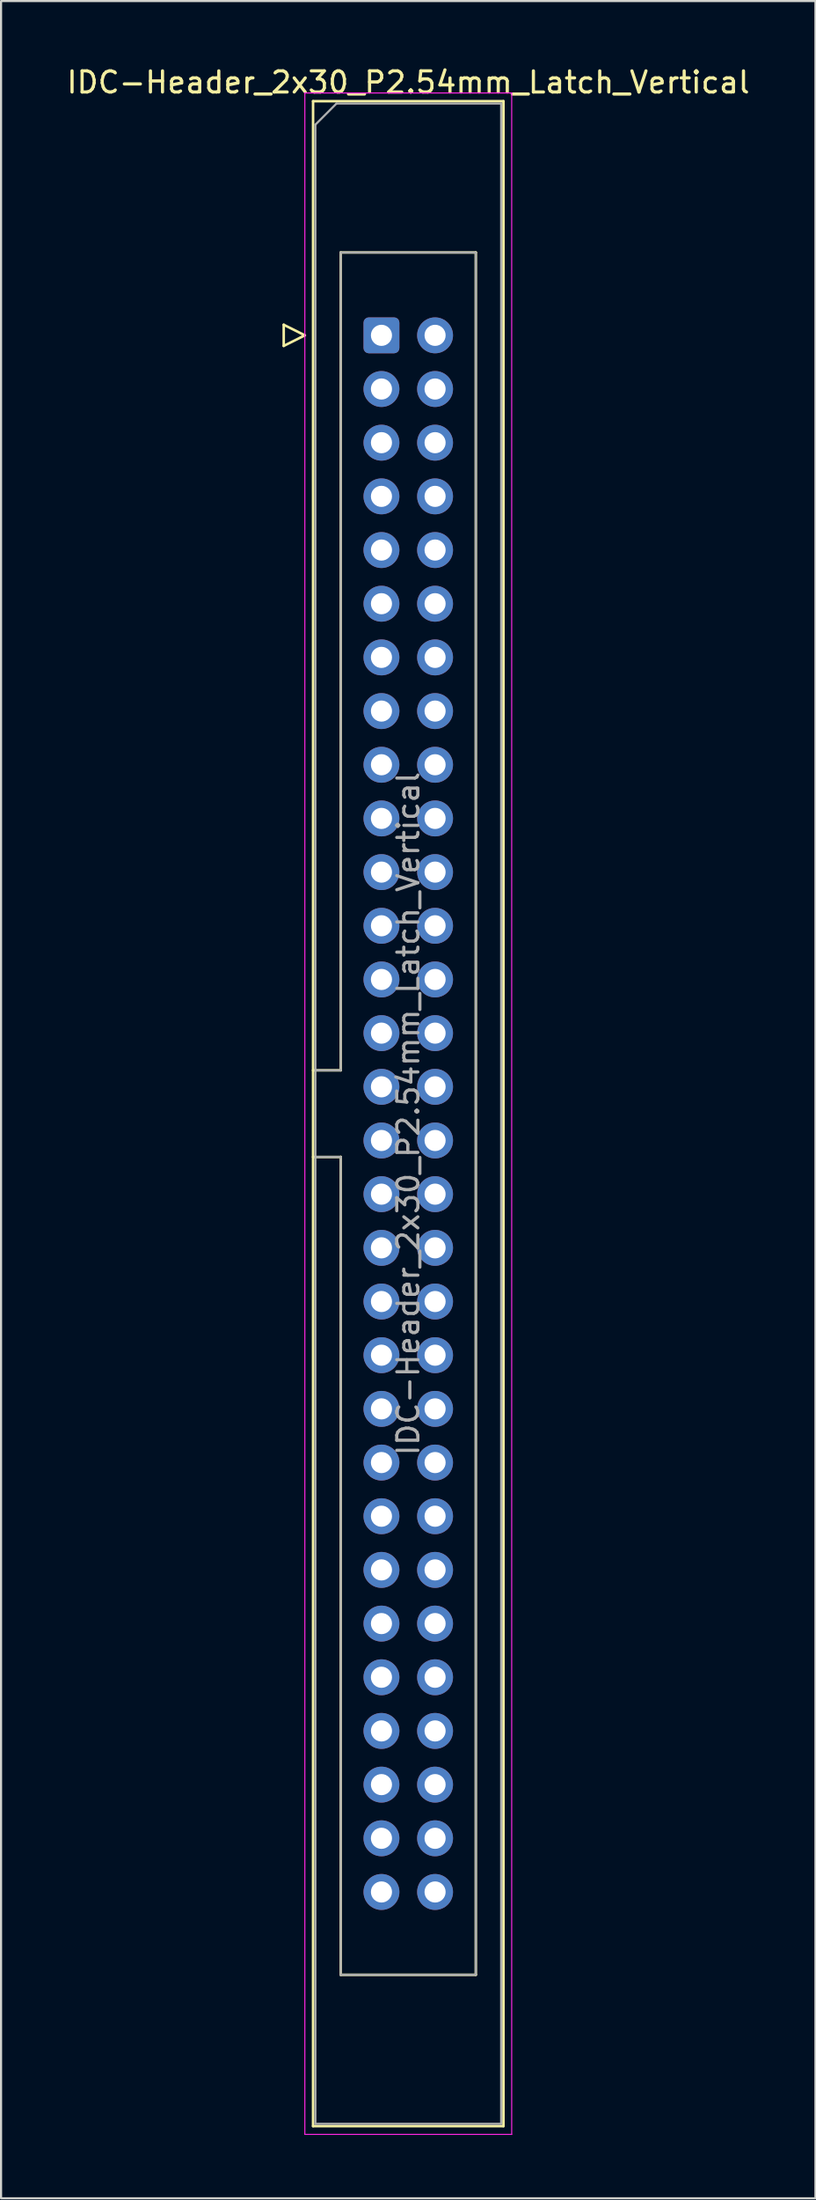
<source format=kicad_pcb>
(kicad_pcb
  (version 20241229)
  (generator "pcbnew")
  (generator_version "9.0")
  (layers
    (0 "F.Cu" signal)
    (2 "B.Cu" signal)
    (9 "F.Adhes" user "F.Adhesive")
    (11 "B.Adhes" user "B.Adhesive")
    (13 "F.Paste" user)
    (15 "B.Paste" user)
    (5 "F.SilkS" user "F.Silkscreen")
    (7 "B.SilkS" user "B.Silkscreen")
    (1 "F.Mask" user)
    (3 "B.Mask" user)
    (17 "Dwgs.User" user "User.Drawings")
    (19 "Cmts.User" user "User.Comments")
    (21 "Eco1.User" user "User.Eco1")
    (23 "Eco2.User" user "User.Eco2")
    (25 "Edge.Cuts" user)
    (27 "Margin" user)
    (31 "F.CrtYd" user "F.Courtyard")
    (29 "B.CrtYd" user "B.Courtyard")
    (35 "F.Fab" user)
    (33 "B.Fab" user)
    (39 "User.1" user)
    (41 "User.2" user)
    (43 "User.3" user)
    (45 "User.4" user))
  (footprint "IDC-Header_2x30_P2.54mm_Latch_Vertical"
    (layer "F.Cu")
    (at 15.022 12.818)
    (property "Reference" "IDC-Header_2x30_P2.54mm_Latch_Vertical" (at 1.27 -11.97 0) (layer "F.SilkS") (effects (font (size 1 1) (thickness 0.15))))
    (attr through_hole)
    (fp_line (start -4.63 -0.5) (end -4.63 0.5) (stroke (width 0.12) (type solid)) (layer "F.SilkS"))
    (fp_line (start -4.63 0.5) (end -3.63 0) (stroke (width 0.12) (type solid)) (layer "F.SilkS"))
    (fp_line (start -3.63 0) (end -4.63 -0.5) (stroke (width 0.12) (type solid)) (layer "F.SilkS"))
    (fp_line (start -3.24 -11.08) (end 5.78 -11.08) (stroke (width 0.12) (type solid)) (layer "F.SilkS"))
    (fp_line (start -3.24 34.78) (end -1.93 34.78) (stroke (width 0.12) (type solid)) (layer "F.SilkS"))
    (fp_line (start -3.24 84.74) (end -3.24 -11.08) (stroke (width 0.12) (type solid)) (layer "F.SilkS"))
    (fp_line (start -1.93 -3.92) (end 4.47 -3.92) (stroke (width 0.12) (type solid)) (layer "F.SilkS"))
    (fp_line (start -1.93 34.78) (end -1.93 -3.92) (stroke (width 0.12) (type solid)) (layer "F.SilkS"))
    (fp_line (start -1.93 38.88) (end -3.24 38.88) (stroke (width 0.12) (type solid)) (layer "F.SilkS"))
    (fp_line (start -1.93 38.88) (end -1.93 38.88) (stroke (width 0.12) (type solid)) (layer "F.SilkS"))
    (fp_line (start -1.93 77.58) (end -1.93 38.88) (stroke (width 0.12) (type solid)) (layer "F.SilkS"))
    (fp_line (start 4.47 -3.92) (end 4.47 77.58) (stroke (width 0.12) (type solid)) (layer "F.SilkS"))
    (fp_line (start 4.47 77.58) (end -1.93 77.58) (stroke (width 0.12) (type solid)) (layer "F.SilkS"))
    (fp_line (start 5.78 -11.08) (end 5.78 84.74) (stroke (width 0.12) (type solid)) (layer "F.SilkS"))
    (fp_line (start 5.78 84.74) (end -3.24 84.74) (stroke (width 0.12) (type solid)) (layer "F.SilkS"))
    (fp_line (start -3.63 -11.47) (end -3.63 85.13) (stroke (width 0.05) (type solid)) (layer "F.CrtYd"))
    (fp_line (start -3.63 85.13) (end 6.17 85.13) (stroke (width 0.05) (type solid)) (layer "F.CrtYd"))
    (fp_line (start 6.17 -11.47) (end -3.63 -11.47) (stroke (width 0.05) (type solid)) (layer "F.CrtYd"))
    (fp_line (start 6.17 85.13) (end 6.17 -11.47) (stroke (width 0.05) (type solid)) (layer "F.CrtYd"))
    (fp_line (start -3.13 -9.97) (end -2.13 -10.97) (stroke (width 0.1) (type solid)) (layer "F.Fab"))
    (fp_line (start -3.13 34.78) (end -1.93 34.78) (stroke (width 0.1) (type solid)) (layer "F.Fab"))
    (fp_line (start -3.13 84.63) (end -3.13 -9.97) (stroke (width 0.1) (type solid)) (layer "F.Fab"))
    (fp_line (start -2.13 -10.97) (end 5.67 -10.97) (stroke (width 0.1) (type solid)) (layer "F.Fab"))
    (fp_line (start -1.93 -3.92) (end 4.47 -3.92) (stroke (width 0.1) (type solid)) (layer "F.Fab"))
    (fp_line (start -1.93 34.78) (end -1.93 -3.92) (stroke (width 0.1) (type solid)) (layer "F.Fab"))
    (fp_line (start -1.93 38.88) (end -3.13 38.88) (stroke (width 0.1) (type solid)) (layer "F.Fab"))
    (fp_line (start -1.93 38.88) (end -1.93 38.88) (stroke (width 0.1) (type solid)) (layer "F.Fab"))
    (fp_line (start -1.93 77.58) (end -1.93 38.88) (stroke (width 0.1) (type solid)) (layer "F.Fab"))
    (fp_line (start 4.47 -3.92) (end 4.47 77.58) (stroke (width 0.1) (type solid)) (layer "F.Fab"))
    (fp_line (start 4.47 77.58) (end -1.93 77.58) (stroke (width 0.1) (type solid)) (layer "F.Fab"))
    (fp_line (start 5.67 -10.97) (end 5.67 84.63) (stroke (width 0.1) (type solid)) (layer "F.Fab"))
    (fp_line (start 5.67 84.63) (end -3.13 84.63) (stroke (width 0.1) (type solid)) (layer "F.Fab"))
    (fp_text user "${REFERENCE}" (at 1.27 36.83 90) (layer "F.Fab") (effects (font (size 1 1) (thickness 0.15))))
    (pad "1" thru_hole roundrect (at 0 0) (size 1.7 1.7) (drill 1) (layers "*.Cu" "*.Mask") (roundrect_rratio 0.147))
    (pad "2" thru_hole circle (at 2.54 0) (size 1.7 1.7) (drill 1) (layers "*.Cu" "*.Mask"))
    (pad "3" thru_hole circle (at 0 2.54) (size 1.7 1.7) (drill 1) (layers "*.Cu" "*.Mask"))
    (pad "4" thru_hole circle (at 2.54 2.54) (size 1.7 1.7) (drill 1) (layers "*.Cu" "*.Mask"))
    (pad "5" thru_hole circle (at 0 5.08) (size 1.7 1.7) (drill 1) (layers "*.Cu" "*.Mask"))
    (pad "6" thru_hole circle (at 2.54 5.08) (size 1.7 1.7) (drill 1) (layers "*.Cu" "*.Mask"))
    (pad "7" thru_hole circle (at 0 7.62) (size 1.7 1.7) (drill 1) (layers "*.Cu" "*.Mask"))
    (pad "8" thru_hole circle (at 2.54 7.62) (size 1.7 1.7) (drill 1) (layers "*.Cu" "*.Mask"))
    (pad "9" thru_hole circle (at 0 10.16) (size 1.7 1.7) (drill 1) (layers "*.Cu" "*.Mask"))
    (pad "10" thru_hole circle (at 2.54 10.16) (size 1.7 1.7) (drill 1) (layers "*.Cu" "*.Mask"))
    (pad "11" thru_hole circle (at 0 12.7) (size 1.7 1.7) (drill 1) (layers "*.Cu" "*.Mask"))
    (pad "12" thru_hole circle (at 2.54 12.7) (size 1.7 1.7) (drill 1) (layers "*.Cu" "*.Mask"))
    (pad "13" thru_hole circle (at 0 15.24) (size 1.7 1.7) (drill 1) (layers "*.Cu" "*.Mask"))
    (pad "14" thru_hole circle (at 2.54 15.24) (size 1.7 1.7) (drill 1) (layers "*.Cu" "*.Mask"))
    (pad "15" thru_hole circle (at 0 17.78) (size 1.7 1.7) (drill 1) (layers "*.Cu" "*.Mask"))
    (pad "16" thru_hole circle (at 2.54 17.78) (size 1.7 1.7) (drill 1) (layers "*.Cu" "*.Mask"))
    (pad "17" thru_hole circle (at 0 20.32) (size 1.7 1.7) (drill 1) (layers "*.Cu" "*.Mask"))
    (pad "18" thru_hole circle (at 2.54 20.32) (size 1.7 1.7) (drill 1) (layers "*.Cu" "*.Mask"))
    (pad "19" thru_hole circle (at 0 22.86) (size 1.7 1.7) (drill 1) (layers "*.Cu" "*.Mask"))
    (pad "20" thru_hole circle (at 2.54 22.86) (size 1.7 1.7) (drill 1) (layers "*.Cu" "*.Mask"))
    (pad "21" thru_hole circle (at 0 25.4) (size 1.7 1.7) (drill 1) (layers "*.Cu" "*.Mask"))
    (pad "22" thru_hole circle (at 2.54 25.4) (size 1.7 1.7) (drill 1) (layers "*.Cu" "*.Mask"))
    (pad "23" thru_hole circle (at 0 27.94) (size 1.7 1.7) (drill 1) (layers "*.Cu" "*.Mask"))
    (pad "24" thru_hole circle (at 2.54 27.94) (size 1.7 1.7) (drill 1) (layers "*.Cu" "*.Mask"))
    (pad "25" thru_hole circle (at 0 30.48) (size 1.7 1.7) (drill 1) (layers "*.Cu" "*.Mask"))
    (pad "26" thru_hole circle (at 2.54 30.48) (size 1.7 1.7) (drill 1) (layers "*.Cu" "*.Mask"))
    (pad "27" thru_hole circle (at 0 33.02) (size 1.7 1.7) (drill 1) (layers "*.Cu" "*.Mask"))
    (pad "28" thru_hole circle (at 2.54 33.02) (size 1.7 1.7) (drill 1) (layers "*.Cu" "*.Mask"))
    (pad "29" thru_hole circle (at 0 35.56) (size 1.7 1.7) (drill 1) (layers "*.Cu" "*.Mask"))
    (pad "30" thru_hole circle (at 2.54 35.56) (size 1.7 1.7) (drill 1) (layers "*.Cu" "*.Mask"))
    (pad "31" thru_hole circle (at 0 38.1) (size 1.7 1.7) (drill 1) (layers "*.Cu" "*.Mask"))
    (pad "32" thru_hole circle (at 2.54 38.1) (size 1.7 1.7) (drill 1) (layers "*.Cu" "*.Mask"))
    (pad "33" thru_hole circle (at 0 40.64) (size 1.7 1.7) (drill 1) (layers "*.Cu" "*.Mask"))
    (pad "34" thru_hole circle (at 2.54 40.64) (size 1.7 1.7) (drill 1) (layers "*.Cu" "*.Mask"))
    (pad "35" thru_hole circle (at 0 43.18) (size 1.7 1.7) (drill 1) (layers "*.Cu" "*.Mask"))
    (pad "36" thru_hole circle (at 2.54 43.18) (size 1.7 1.7) (drill 1) (layers "*.Cu" "*.Mask"))
    (pad "37" thru_hole circle (at 0 45.72) (size 1.7 1.7) (drill 1) (layers "*.Cu" "*.Mask"))
    (pad "38" thru_hole circle (at 2.54 45.72) (size 1.7 1.7) (drill 1) (layers "*.Cu" "*.Mask"))
    (pad "39" thru_hole circle (at 0 48.26) (size 1.7 1.7) (drill 1) (layers "*.Cu" "*.Mask"))
    (pad "40" thru_hole circle (at 2.54 48.26) (size 1.7 1.7) (drill 1) (layers "*.Cu" "*.Mask"))
    (pad "41" thru_hole circle (at 0 50.8) (size 1.7 1.7) (drill 1) (layers "*.Cu" "*.Mask"))
    (pad "42" thru_hole circle (at 2.54 50.8) (size 1.7 1.7) (drill 1) (layers "*.Cu" "*.Mask"))
    (pad "43" thru_hole circle (at 0 53.34) (size 1.7 1.7) (drill 1) (layers "*.Cu" "*.Mask"))
    (pad "44" thru_hole circle (at 2.54 53.34) (size 1.7 1.7) (drill 1) (layers "*.Cu" "*.Mask"))
    (pad "45" thru_hole circle (at 0 55.88) (size 1.7 1.7) (drill 1) (layers "*.Cu" "*.Mask"))
    (pad "46" thru_hole circle (at 2.54 55.88) (size 1.7 1.7) (drill 1) (layers "*.Cu" "*.Mask"))
    (pad "47" thru_hole circle (at 0 58.42) (size 1.7 1.7) (drill 1) (layers "*.Cu" "*.Mask"))
    (pad "48" thru_hole circle (at 2.54 58.42) (size 1.7 1.7) (drill 1) (layers "*.Cu" "*.Mask"))
    (pad "49" thru_hole circle (at 0 60.96) (size 1.7 1.7) (drill 1) (layers "*.Cu" "*.Mask"))
    (pad "50" thru_hole circle (at 2.54 60.96) (size 1.7 1.7) (drill 1) (layers "*.Cu" "*.Mask"))
    (pad "51" thru_hole circle (at 0 63.5) (size 1.7 1.7) (drill 1) (layers "*.Cu" "*.Mask"))
    (pad "52" thru_hole circle (at 2.54 63.5) (size 1.7 1.7) (drill 1) (layers "*.Cu" "*.Mask"))
    (pad "53" thru_hole circle (at 0 66.04) (size 1.7 1.7) (drill 1) (layers "*.Cu" "*.Mask"))
    (pad "54" thru_hole circle (at 2.54 66.04) (size 1.7 1.7) (drill 1) (layers "*.Cu" "*.Mask"))
    (pad "55" thru_hole circle (at 0 68.58) (size 1.7 1.7) (drill 1) (layers "*.Cu" "*.Mask"))
    (pad "56" thru_hole circle (at 2.54 68.58) (size 1.7 1.7) (drill 1) (layers "*.Cu" "*.Mask"))
    (pad "57" thru_hole circle (at 0 71.12) (size 1.7 1.7) (drill 1) (layers "*.Cu" "*.Mask"))
    (pad "58" thru_hole circle (at 2.54 71.12) (size 1.7 1.7) (drill 1) (layers "*.Cu" "*.Mask"))
    (pad "59" thru_hole circle (at 0 73.66) (size 1.7 1.7) (drill 1) (layers "*.Cu" "*.Mask"))
    (pad "60" thru_hole circle (at 2.54 73.66) (size 1.7 1.7) (drill 1) (layers "*.Cu" "*.Mask")))
  (gr_rect
    (start -3 -3)
    (end 35.583 100.973)
    (stroke (width 0.1) (type default))
    (fill no)
    (layer "Edge.Cuts")))
</source>
